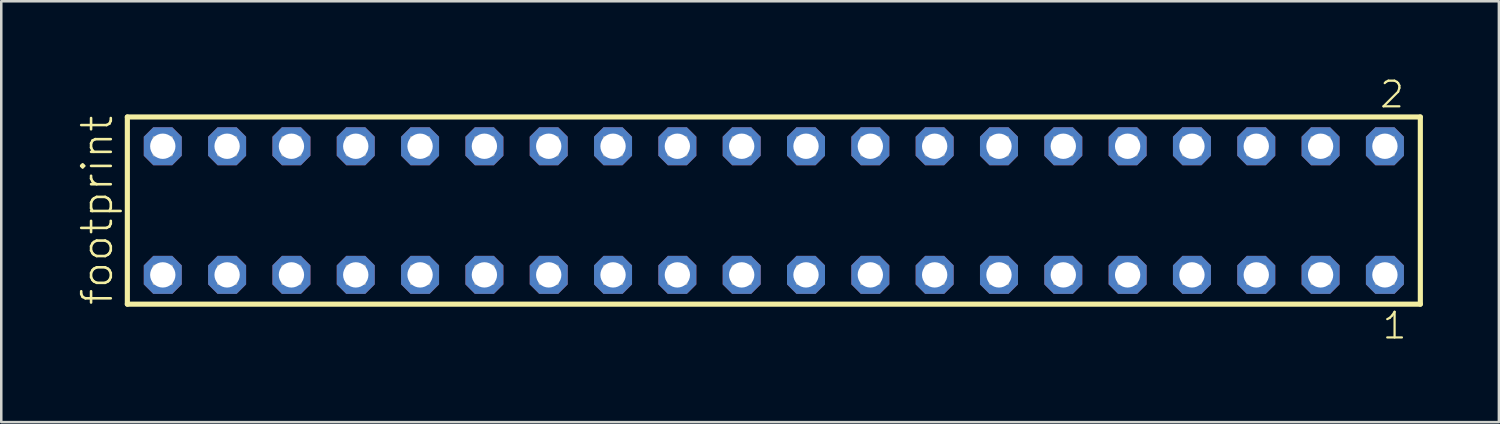
<source format=kicad_pcb>
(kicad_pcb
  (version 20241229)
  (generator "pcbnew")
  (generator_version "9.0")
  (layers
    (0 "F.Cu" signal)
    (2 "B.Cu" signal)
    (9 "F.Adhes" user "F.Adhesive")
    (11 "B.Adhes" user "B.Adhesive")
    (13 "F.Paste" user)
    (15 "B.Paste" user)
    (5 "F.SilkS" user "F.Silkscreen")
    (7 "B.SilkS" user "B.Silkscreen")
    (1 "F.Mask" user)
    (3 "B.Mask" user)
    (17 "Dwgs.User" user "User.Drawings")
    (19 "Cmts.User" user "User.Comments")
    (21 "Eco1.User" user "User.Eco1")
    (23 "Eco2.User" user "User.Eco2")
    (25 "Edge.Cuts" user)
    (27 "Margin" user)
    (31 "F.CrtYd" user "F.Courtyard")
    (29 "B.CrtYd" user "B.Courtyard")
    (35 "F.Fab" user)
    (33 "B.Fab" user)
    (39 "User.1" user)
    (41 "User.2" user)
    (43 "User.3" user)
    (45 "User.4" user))
  (footprint "footprint"
    (layer "F.Cu")
    (at 27.508 5.265)
    (property "Reference" "footprint" (at -26.035 3.81 90) (layer "F.SilkS") (effects (font (size 1.168 1.168) (thickness 0.102)) (justify left bottom)))
    (fp_line (start -25.529 -3.695) (end 25.529 -3.695) (stroke (width 0.203) (type solid)) (layer "F.SilkS"))
    (fp_line (start -25.529 3.695) (end -25.529 -3.695) (stroke (width 0.203) (type solid)) (layer "F.SilkS"))
    (fp_line (start 25.529 -3.695) (end 25.529 3.695) (stroke (width 0.203) (type solid)) (layer "F.SilkS"))
    (fp_line (start 25.529 3.695) (end -25.529 3.695) (stroke (width 0.203) (type solid)) (layer "F.SilkS"))
    (fp_poly (pts (xy -24.48 -2.19) (xy -23.78 -2.19) (xy -23.78 -2.89) (xy -24.48 -2.89)) (stroke (width 0.1) (type solid)) (fill no) (layer "F.Fab"))
    (fp_poly (pts (xy -24.48 2.89) (xy -23.78 2.89) (xy -23.78 2.19) (xy -24.48 2.19)) (stroke (width 0.1) (type solid)) (fill no) (layer "F.Fab"))
    (fp_poly (pts (xy -21.94 -2.19) (xy -21.24 -2.19) (xy -21.24 -2.89) (xy -21.94 -2.89)) (stroke (width 0.1) (type solid)) (fill no) (layer "F.Fab"))
    (fp_poly (pts (xy -21.94 2.89) (xy -21.24 2.89) (xy -21.24 2.19) (xy -21.94 2.19)) (stroke (width 0.1) (type solid)) (fill no) (layer "F.Fab"))
    (fp_poly (pts (xy -19.4 -2.19) (xy -18.7 -2.19) (xy -18.7 -2.89) (xy -19.4 -2.89)) (stroke (width 0.1) (type solid)) (fill no) (layer "F.Fab"))
    (fp_poly (pts (xy -19.4 2.89) (xy -18.7 2.89) (xy -18.7 2.19) (xy -19.4 2.19)) (stroke (width 0.1) (type solid)) (fill no) (layer "F.Fab"))
    (fp_poly (pts (xy -16.86 -2.19) (xy -16.16 -2.19) (xy -16.16 -2.89) (xy -16.86 -2.89)) (stroke (width 0.1) (type solid)) (fill no) (layer "F.Fab"))
    (fp_poly (pts (xy -16.86 2.89) (xy -16.16 2.89) (xy -16.16 2.19) (xy -16.86 2.19)) (stroke (width 0.1) (type solid)) (fill no) (layer "F.Fab"))
    (fp_poly (pts (xy -14.32 -2.19) (xy -13.62 -2.19) (xy -13.62 -2.89) (xy -14.32 -2.89)) (stroke (width 0.1) (type solid)) (fill no) (layer "F.Fab"))
    (fp_poly (pts (xy -14.32 2.89) (xy -13.62 2.89) (xy -13.62 2.19) (xy -14.32 2.19)) (stroke (width 0.1) (type solid)) (fill no) (layer "F.Fab"))
    (fp_poly (pts (xy -11.78 -2.19) (xy -11.08 -2.19) (xy -11.08 -2.89) (xy -11.78 -2.89)) (stroke (width 0.1) (type solid)) (fill no) (layer "F.Fab"))
    (fp_poly (pts (xy -11.78 2.89) (xy -11.08 2.89) (xy -11.08 2.19) (xy -11.78 2.19)) (stroke (width 0.1) (type solid)) (fill no) (layer "F.Fab"))
    (fp_poly (pts (xy -9.24 -2.19) (xy -8.54 -2.19) (xy -8.54 -2.89) (xy -9.24 -2.89)) (stroke (width 0.1) (type solid)) (fill no) (layer "F.Fab"))
    (fp_poly (pts (xy -9.24 2.89) (xy -8.54 2.89) (xy -8.54 2.19) (xy -9.24 2.19)) (stroke (width 0.1) (type solid)) (fill no) (layer "F.Fab"))
    (fp_poly (pts (xy -6.7 -2.19) (xy -6 -2.19) (xy -6 -2.89) (xy -6.7 -2.89)) (stroke (width 0.1) (type solid)) (fill no) (layer "F.Fab"))
    (fp_poly (pts (xy -6.7 2.89) (xy -6 2.89) (xy -6 2.19) (xy -6.7 2.19)) (stroke (width 0.1) (type solid)) (fill no) (layer "F.Fab"))
    (fp_poly (pts (xy -4.16 -2.19) (xy -3.46 -2.19) (xy -3.46 -2.89) (xy -4.16 -2.89)) (stroke (width 0.1) (type solid)) (fill no) (layer "F.Fab"))
    (fp_poly (pts (xy -4.16 2.89) (xy -3.46 2.89) (xy -3.46 2.19) (xy -4.16 2.19)) (stroke (width 0.1) (type solid)) (fill no) (layer "F.Fab"))
    (fp_poly (pts (xy -1.62 -2.19) (xy -0.92 -2.19) (xy -0.92 -2.89) (xy -1.62 -2.89)) (stroke (width 0.1) (type solid)) (fill no) (layer "F.Fab"))
    (fp_poly (pts (xy -1.62 2.89) (xy -0.92 2.89) (xy -0.92 2.19) (xy -1.62 2.19)) (stroke (width 0.1) (type solid)) (fill no) (layer "F.Fab"))
    (fp_poly (pts (xy 0.92 -2.19) (xy 1.62 -2.19) (xy 1.62 -2.89) (xy 0.92 -2.89)) (stroke (width 0.1) (type solid)) (fill no) (layer "F.Fab"))
    (fp_poly (pts (xy 0.92 2.89) (xy 1.62 2.89) (xy 1.62 2.19) (xy 0.92 2.19)) (stroke (width 0.1) (type solid)) (fill no) (layer "F.Fab"))
    (fp_poly (pts (xy 3.46 -2.19) (xy 4.16 -2.19) (xy 4.16 -2.89) (xy 3.46 -2.89)) (stroke (width 0.1) (type solid)) (fill no) (layer "F.Fab"))
    (fp_poly (pts (xy 3.46 2.89) (xy 4.16 2.89) (xy 4.16 2.19) (xy 3.46 2.19)) (stroke (width 0.1) (type solid)) (fill no) (layer "F.Fab"))
    (fp_poly (pts (xy 6 -2.19) (xy 6.7 -2.19) (xy 6.7 -2.89) (xy 6 -2.89)) (stroke (width 0.1) (type solid)) (fill no) (layer "F.Fab"))
    (fp_poly (pts (xy 6 2.89) (xy 6.7 2.89) (xy 6.7 2.19) (xy 6 2.19)) (stroke (width 0.1) (type solid)) (fill no) (layer "F.Fab"))
    (fp_poly (pts (xy 8.54 -2.19) (xy 9.24 -2.19) (xy 9.24 -2.89) (xy 8.54 -2.89)) (stroke (width 0.1) (type solid)) (fill no) (layer "F.Fab"))
    (fp_poly (pts (xy 8.54 2.89) (xy 9.24 2.89) (xy 9.24 2.19) (xy 8.54 2.19)) (stroke (width 0.1) (type solid)) (fill no) (layer "F.Fab"))
    (fp_poly (pts (xy 11.08 -2.19) (xy 11.78 -2.19) (xy 11.78 -2.89) (xy 11.08 -2.89)) (stroke (width 0.1) (type solid)) (fill no) (layer "F.Fab"))
    (fp_poly (pts (xy 11.08 2.89) (xy 11.78 2.89) (xy 11.78 2.19) (xy 11.08 2.19)) (stroke (width 0.1) (type solid)) (fill no) (layer "F.Fab"))
    (fp_poly (pts (xy 13.62 -2.19) (xy 14.32 -2.19) (xy 14.32 -2.89) (xy 13.62 -2.89)) (stroke (width 0.1) (type solid)) (fill no) (layer "F.Fab"))
    (fp_poly (pts (xy 13.62 2.89) (xy 14.32 2.89) (xy 14.32 2.19) (xy 13.62 2.19)) (stroke (width 0.1) (type solid)) (fill no) (layer "F.Fab"))
    (fp_poly (pts (xy 16.16 -2.19) (xy 16.86 -2.19) (xy 16.86 -2.89) (xy 16.16 -2.89)) (stroke (width 0.1) (type solid)) (fill no) (layer "F.Fab"))
    (fp_poly (pts (xy 16.16 2.89) (xy 16.86 2.89) (xy 16.86 2.19) (xy 16.16 2.19)) (stroke (width 0.1) (type solid)) (fill no) (layer "F.Fab"))
    (fp_poly (pts (xy 18.7 -2.19) (xy 19.4 -2.19) (xy 19.4 -2.89) (xy 18.7 -2.89)) (stroke (width 0.1) (type solid)) (fill no) (layer "F.Fab"))
    (fp_poly (pts (xy 18.7 2.89) (xy 19.4 2.89) (xy 19.4 2.19) (xy 18.7 2.19)) (stroke (width 0.1) (type solid)) (fill no) (layer "F.Fab"))
    (fp_poly (pts (xy 21.24 -2.19) (xy 21.94 -2.19) (xy 21.94 -2.89) (xy 21.24 -2.89)) (stroke (width 0.1) (type solid)) (fill no) (layer "F.Fab"))
    (fp_poly (pts (xy 21.24 2.89) (xy 21.94 2.89) (xy 21.94 2.19) (xy 21.24 2.19)) (stroke (width 0.1) (type solid)) (fill no) (layer "F.Fab"))
    (fp_poly (pts (xy 23.78 -2.19) (xy 24.48 -2.19) (xy 24.48 -2.89) (xy 23.78 -2.89)) (stroke (width 0.1) (type solid)) (fill no) (layer "F.Fab"))
    (fp_poly (pts (xy 23.78 2.89) (xy 24.48 2.89) (xy 24.48 2.19) (xy 23.78 2.19)) (stroke (width 0.1) (type solid)) (fill no) (layer "F.Fab"))
    (fp_text user "1" (at 23.972 5.138 0) (layer "F.SilkS") (effects (font (size 1.012 1.012) (thickness 0.088)) (justify left bottom)))
    (fp_text user "2" (at 23.872 -3.989 0) (layer "F.SilkS") (effects (font (size 1.012 1.012) (thickness 0.088)) (justify left bottom)))
    (pad "1" thru_hole roundrect (at 24.13 2.54 180) (size 1.5 1.5) (drill 1) (layers "*.Cu" "*.Mask") (roundrect_rratio 0.25) (chamfer_ratio 0.25) (chamfer top_left top_right bottom_left bottom_right))
    (pad "2" thru_hole roundrect (at 24.13 -2.54 180) (size 1.5 1.5) (drill 1) (layers "*.Cu" "*.Mask") (roundrect_rratio 0.25) (chamfer_ratio 0.25) (chamfer top_left top_right bottom_left bottom_right))
    (pad "3" thru_hole roundrect (at 21.59 2.54 180) (size 1.5 1.5) (drill 1) (layers "*.Cu" "*.Mask") (roundrect_rratio 0.25) (chamfer_ratio 0.25) (chamfer top_left top_right bottom_left bottom_right))
    (pad "4" thru_hole roundrect (at 21.59 -2.54 180) (size 1.5 1.5) (drill 1) (layers "*.Cu" "*.Mask") (roundrect_rratio 0.25) (chamfer_ratio 0.25) (chamfer top_left top_right bottom_left bottom_right))
    (pad "5" thru_hole roundrect (at 19.05 2.54 180) (size 1.5 1.5) (drill 1) (layers "*.Cu" "*.Mask") (roundrect_rratio 0.25) (chamfer_ratio 0.25) (chamfer top_left top_right bottom_left bottom_right))
    (pad "6" thru_hole roundrect (at 19.05 -2.54 180) (size 1.5 1.5) (drill 1) (layers "*.Cu" "*.Mask") (roundrect_rratio 0.25) (chamfer_ratio 0.25) (chamfer top_left top_right bottom_left bottom_right))
    (pad "7" thru_hole roundrect (at 16.51 2.54 180) (size 1.5 1.5) (drill 1) (layers "*.Cu" "*.Mask") (roundrect_rratio 0.25) (chamfer_ratio 0.25) (chamfer top_left top_right bottom_left bottom_right))
    (pad "8" thru_hole roundrect (at 16.51 -2.54 180) (size 1.5 1.5) (drill 1) (layers "*.Cu" "*.Mask") (roundrect_rratio 0.25) (chamfer_ratio 0.25) (chamfer top_left top_right bottom_left bottom_right))
    (pad "9" thru_hole roundrect (at 13.97 2.54 180) (size 1.5 1.5) (drill 1) (layers "*.Cu" "*.Mask") (roundrect_rratio 0.25) (chamfer_ratio 0.25) (chamfer top_left top_right bottom_left bottom_right))
    (pad "10" thru_hole roundrect (at 13.97 -2.54 180) (size 1.5 1.5) (drill 1) (layers "*.Cu" "*.Mask") (roundrect_rratio 0.25) (chamfer_ratio 0.25) (chamfer top_left top_right bottom_left bottom_right))
    (pad "11" thru_hole roundrect (at 11.43 2.54 180) (size 1.5 1.5) (drill 1) (layers "*.Cu" "*.Mask") (roundrect_rratio 0.25) (chamfer_ratio 0.25) (chamfer top_left top_right bottom_left bottom_right))
    (pad "12" thru_hole roundrect (at 11.43 -2.54 180) (size 1.5 1.5) (drill 1) (layers "*.Cu" "*.Mask") (roundrect_rratio 0.25) (chamfer_ratio 0.25) (chamfer top_left top_right bottom_left bottom_right))
    (pad "13" thru_hole roundrect (at 8.89 2.54 180) (size 1.5 1.5) (drill 1) (layers "*.Cu" "*.Mask") (roundrect_rratio 0.25) (chamfer_ratio 0.25) (chamfer top_left top_right bottom_left bottom_right))
    (pad "14" thru_hole roundrect (at 8.89 -2.54 180) (size 1.5 1.5) (drill 1) (layers "*.Cu" "*.Mask") (roundrect_rratio 0.25) (chamfer_ratio 0.25) (chamfer top_left top_right bottom_left bottom_right))
    (pad "15" thru_hole roundrect (at 6.35 2.54 180) (size 1.5 1.5) (drill 1) (layers "*.Cu" "*.Mask") (roundrect_rratio 0.25) (chamfer_ratio 0.25) (chamfer top_left top_right bottom_left bottom_right))
    (pad "16" thru_hole roundrect (at 6.35 -2.54 180) (size 1.5 1.5) (drill 1) (layers "*.Cu" "*.Mask") (roundrect_rratio 0.25) (chamfer_ratio 0.25) (chamfer top_left top_right bottom_left bottom_right))
    (pad "17" thru_hole roundrect (at 3.81 2.54 180) (size 1.5 1.5) (drill 1) (layers "*.Cu" "*.Mask") (roundrect_rratio 0.25) (chamfer_ratio 0.25) (chamfer top_left top_right bottom_left bottom_right))
    (pad "18" thru_hole roundrect (at 3.81 -2.54 180) (size 1.5 1.5) (drill 1) (layers "*.Cu" "*.Mask") (roundrect_rratio 0.25) (chamfer_ratio 0.25) (chamfer top_left top_right bottom_left bottom_right))
    (pad "19" thru_hole roundrect (at 1.27 2.54 180) (size 1.5 1.5) (drill 1) (layers "*.Cu" "*.Mask") (roundrect_rratio 0.25) (chamfer_ratio 0.25) (chamfer top_left top_right bottom_left bottom_right))
    (pad "20" thru_hole roundrect (at 1.27 -2.54 180) (size 1.5 1.5) (drill 1) (layers "*.Cu" "*.Mask") (roundrect_rratio 0.25) (chamfer_ratio 0.25) (chamfer top_left top_right bottom_left bottom_right))
    (pad "21" thru_hole roundrect (at -1.27 2.54 180) (size 1.5 1.5) (drill 1) (layers "*.Cu" "*.Mask") (roundrect_rratio 0.25) (chamfer_ratio 0.25) (chamfer top_left top_right bottom_left bottom_right))
    (pad "22" thru_hole roundrect (at -1.27 -2.54 180) (size 1.5 1.5) (drill 1) (layers "*.Cu" "*.Mask") (roundrect_rratio 0.25) (chamfer_ratio 0.25) (chamfer top_left top_right bottom_left bottom_right))
    (pad "23" thru_hole roundrect (at -3.81 2.54 180) (size 1.5 1.5) (drill 1) (layers "*.Cu" "*.Mask") (roundrect_rratio 0.25) (chamfer_ratio 0.25) (chamfer top_left top_right bottom_left bottom_right))
    (pad "24" thru_hole roundrect (at -3.81 -2.54 180) (size 1.5 1.5) (drill 1) (layers "*.Cu" "*.Mask") (roundrect_rratio 0.25) (chamfer_ratio 0.25) (chamfer top_left top_right bottom_left bottom_right))
    (pad "25" thru_hole roundrect (at -6.35 2.54 180) (size 1.5 1.5) (drill 1) (layers "*.Cu" "*.Mask") (roundrect_rratio 0.25) (chamfer_ratio 0.25) (chamfer top_left top_right bottom_left bottom_right))
    (pad "26" thru_hole roundrect (at -6.35 -2.54 180) (size 1.5 1.5) (drill 1) (layers "*.Cu" "*.Mask") (roundrect_rratio 0.25) (chamfer_ratio 0.25) (chamfer top_left top_right bottom_left bottom_right))
    (pad "27" thru_hole roundrect (at -8.89 2.54 180) (size 1.5 1.5) (drill 1) (layers "*.Cu" "*.Mask") (roundrect_rratio 0.25) (chamfer_ratio 0.25) (chamfer top_left top_right bottom_left bottom_right))
    (pad "28" thru_hole roundrect (at -8.89 -2.54 180) (size 1.5 1.5) (drill 1) (layers "*.Cu" "*.Mask") (roundrect_rratio 0.25) (chamfer_ratio 0.25) (chamfer top_left top_right bottom_left bottom_right))
    (pad "29" thru_hole roundrect (at -11.43 2.54 180) (size 1.5 1.5) (drill 1) (layers "*.Cu" "*.Mask") (roundrect_rratio 0.25) (chamfer_ratio 0.25) (chamfer top_left top_right bottom_left bottom_right))
    (pad "30" thru_hole roundrect (at -11.43 -2.54 180) (size 1.5 1.5) (drill 1) (layers "*.Cu" "*.Mask") (roundrect_rratio 0.25) (chamfer_ratio 0.25) (chamfer top_left top_right bottom_left bottom_right))
    (pad "31" thru_hole roundrect (at -13.97 2.54 180) (size 1.5 1.5) (drill 1) (layers "*.Cu" "*.Mask") (roundrect_rratio 0.25) (chamfer_ratio 0.25) (chamfer top_left top_right bottom_left bottom_right))
    (pad "32" thru_hole roundrect (at -13.97 -2.54 180) (size 1.5 1.5) (drill 1) (layers "*.Cu" "*.Mask") (roundrect_rratio 0.25) (chamfer_ratio 0.25) (chamfer top_left top_right bottom_left bottom_right))
    (pad "33" thru_hole roundrect (at -16.51 2.54 180) (size 1.5 1.5) (drill 1) (layers "*.Cu" "*.Mask") (roundrect_rratio 0.25) (chamfer_ratio 0.25) (chamfer top_left top_right bottom_left bottom_right))
    (pad "34" thru_hole roundrect (at -16.51 -2.54 180) (size 1.5 1.5) (drill 1) (layers "*.Cu" "*.Mask") (roundrect_rratio 0.25) (chamfer_ratio 0.25) (chamfer top_left top_right bottom_left bottom_right))
    (pad "35" thru_hole roundrect (at -19.05 2.54 180) (size 1.5 1.5) (drill 1) (layers "*.Cu" "*.Mask") (roundrect_rratio 0.25) (chamfer_ratio 0.25) (chamfer top_left top_right bottom_left bottom_right))
    (pad "36" thru_hole roundrect (at -19.05 -2.54 180) (size 1.5 1.5) (drill 1) (layers "*.Cu" "*.Mask") (roundrect_rratio 0.25) (chamfer_ratio 0.25) (chamfer top_left top_right bottom_left bottom_right))
    (pad "37" thru_hole roundrect (at -21.59 2.54 180) (size 1.5 1.5) (drill 1) (layers "*.Cu" "*.Mask") (roundrect_rratio 0.25) (chamfer_ratio 0.25) (chamfer top_left top_right bottom_left bottom_right))
    (pad "38" thru_hole roundrect (at -21.59 -2.54 180) (size 1.5 1.5) (drill 1) (layers "*.Cu" "*.Mask") (roundrect_rratio 0.25) (chamfer_ratio 0.25) (chamfer top_left top_right bottom_left bottom_right))
    (pad "39" thru_hole roundrect (at -24.13 2.54 180) (size 1.5 1.5) (drill 1) (layers "*.Cu" "*.Mask") (roundrect_rratio 0.25) (chamfer_ratio 0.25) (chamfer top_left top_right bottom_left bottom_right))
    (pad "40" thru_hole roundrect (at -24.13 -2.54 180) (size 1.5 1.5) (drill 1) (layers "*.Cu" "*.Mask") (roundrect_rratio 0.25) (chamfer_ratio 0.25) (chamfer top_left top_right bottom_left bottom_right)))
  (gr_rect
    (start -3 -3)
    (end 56.139 13.62)
    (stroke (width 0.1) (type default))
    (fill no)
    (layer "Edge.Cuts")))
</source>
